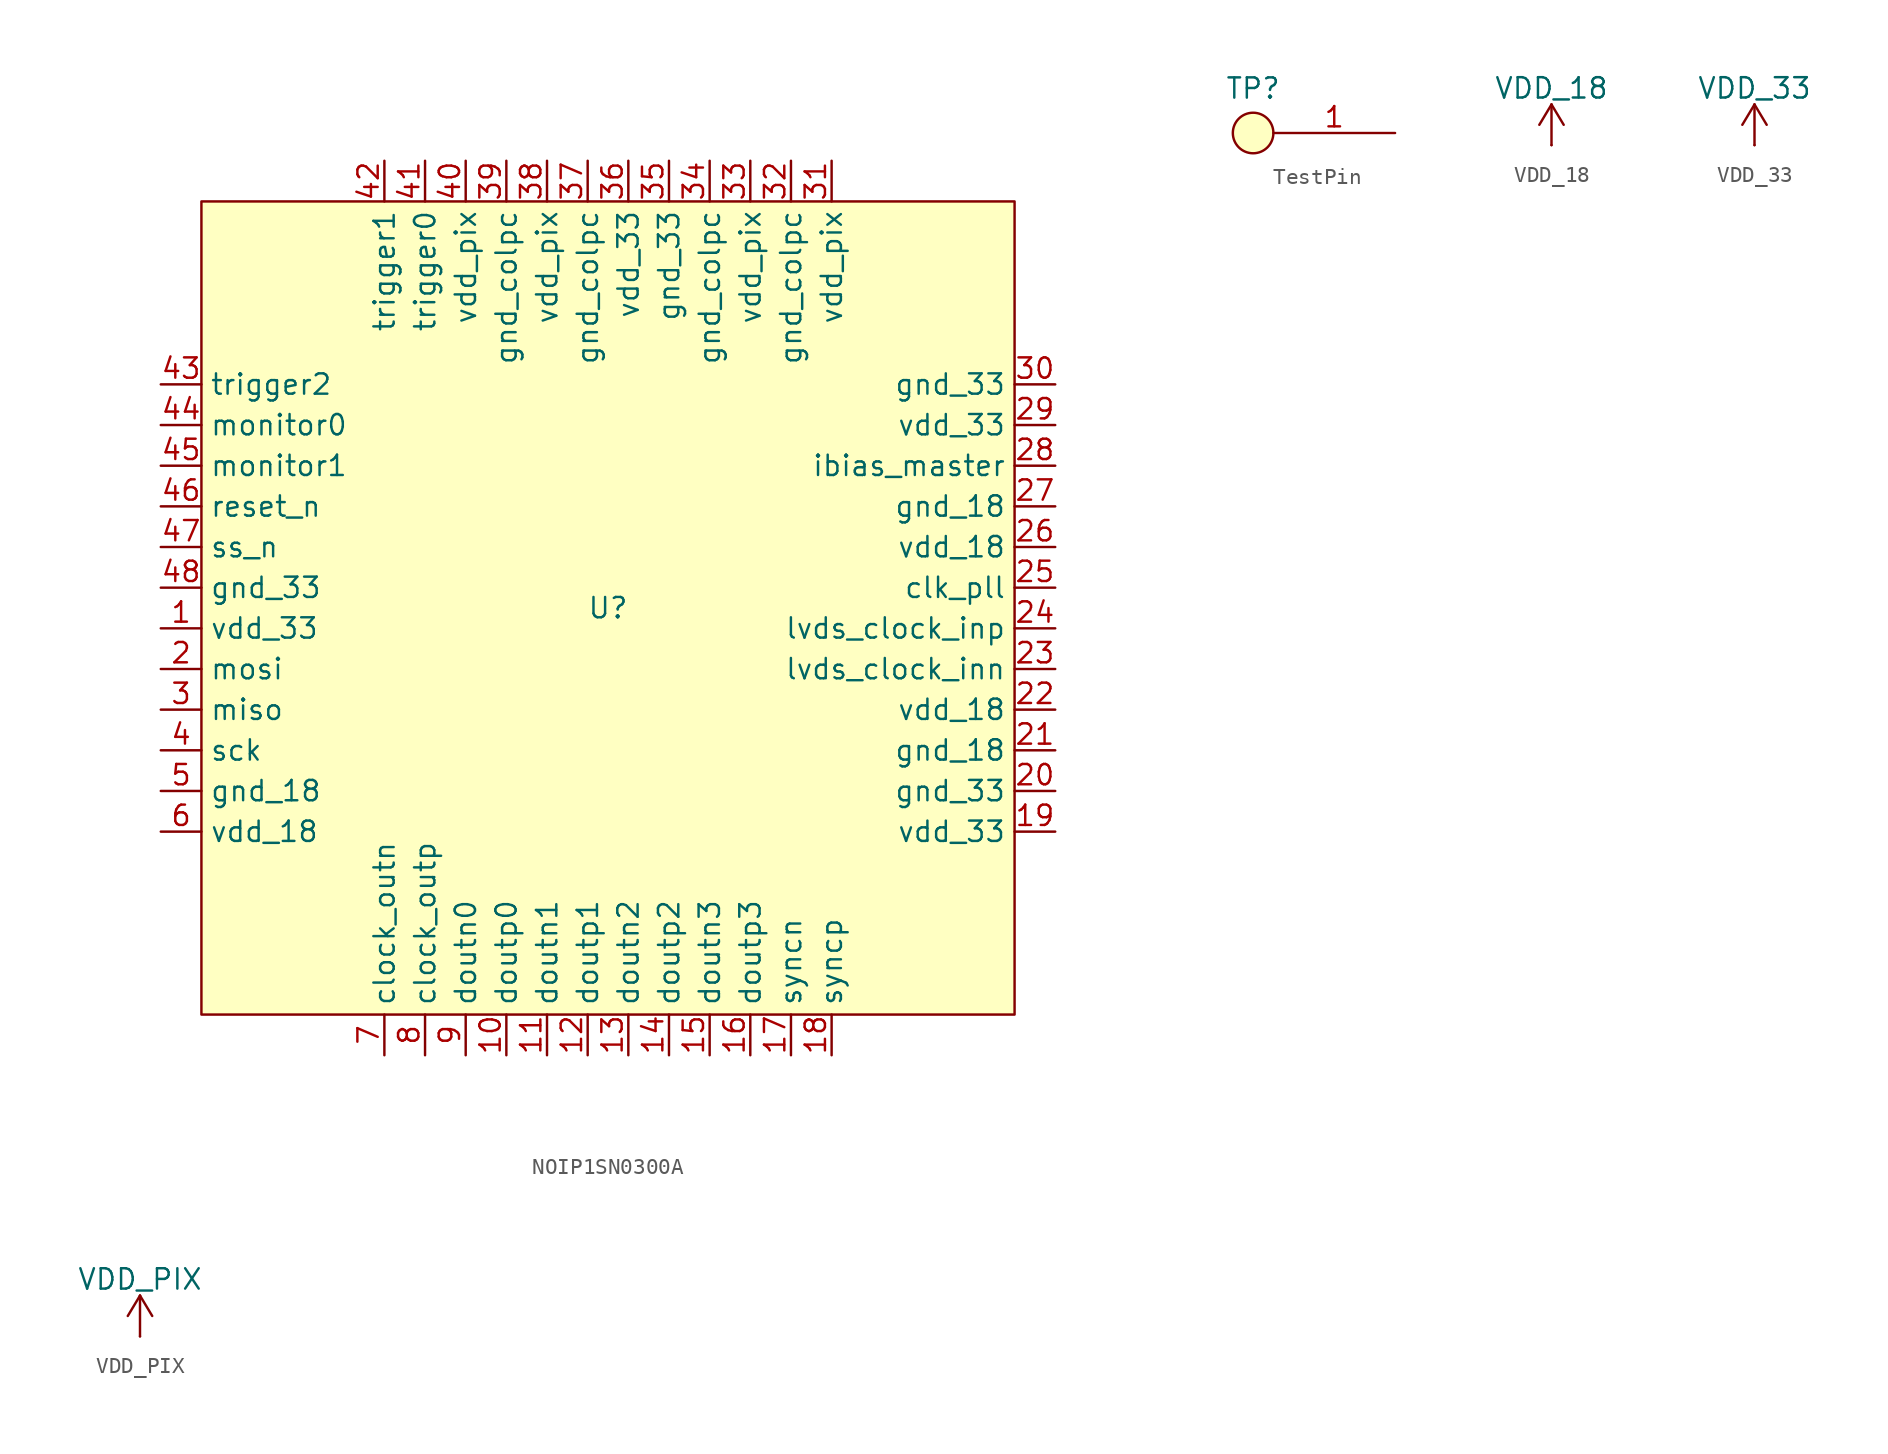
<source format=kicad_sym>
(kicad_symbol_lib
  (version 20231120)
  (generator "kicad_symbol_editor")
  (generator_version "8.0")
  (symbol "NOIP1SN0300A"
    (property "Reference" "U"
      (at 0 0 0)
      (effects (font (size 1.27 1.27))))
    (property "Value" ""
      (at 0 0 0)
      (effects (font (size 1.27 1.27))))
    (symbol "NOIP1SN0300A_1_1"
      (rectangle (start -25.4 25.4) (end 25.4 -25.4) (stroke (width 0) (type default)) (fill (type background)))
      (pin power_in line (at -27.94 -1.27 0) (length 2.54) (name "vdd_33" (effects (font (size 1.27 1.27)))) (number "1" (effects (font (size 1.27 1.27)))))
      (pin output line (at -6.35 -27.94 90) (length 2.54) (name "doutp0" (effects (font (size 1.27 1.27)))) (number "10" (effects (font (size 1.27 1.27)))))
      (pin output line (at -3.81 -27.94 90) (length 2.54) (name "doutn1" (effects (font (size 1.27 1.27)))) (number "11" (effects (font (size 1.27 1.27)))))
      (pin output line (at -1.27 -27.94 90) (length 2.54) (name "doutp1" (effects (font (size 1.27 1.27)))) (number "12" (effects (font (size 1.27 1.27)))))
      (pin output line (at 1.27 -27.94 90) (length 2.54) (name "doutn2" (effects (font (size 1.27 1.27)))) (number "13" (effects (font (size 1.27 1.27)))))
      (pin output line (at 3.81 -27.94 90) (length 2.54) (name "doutp2" (effects (font (size 1.27 1.27)))) (number "14" (effects (font (size 1.27 1.27)))))
      (pin output line (at 6.35 -27.94 90) (length 2.54) (name "doutn3" (effects (font (size 1.27 1.27)))) (number "15" (effects (font (size 1.27 1.27)))))
      (pin output line (at 8.89 -27.94 90) (length 2.54) (name "doutp3" (effects (font (size 1.27 1.27)))) (number "16" (effects (font (size 1.27 1.27)))))
      (pin output line (at 11.43 -27.94 90) (length 2.54) (name "syncn" (effects (font (size 1.27 1.27)))) (number "17" (effects (font (size 1.27 1.27)))))
      (pin output line (at 13.97 -27.94 90) (length 2.54) (name "syncp" (effects (font (size 1.27 1.27)))) (number "18" (effects (font (size 1.27 1.27)))))
      (pin power_in line (at 27.94 -13.97 180) (length 2.54) (name "vdd_33" (effects (font (size 1.27 1.27)))) (number "19" (effects (font (size 1.27 1.27)))))
      (pin input line (at -27.94 -3.81 0) (length 2.54) (name "mosi" (effects (font (size 1.27 1.27)))) (number "2" (effects (font (size 1.27 1.27)))))
      (pin power_in line (at 27.94 -11.43 180) (length 2.54) (name "gnd_33" (effects (font (size 1.27 1.27)))) (number "20" (effects (font (size 1.27 1.27)))))
      (pin power_in line (at 27.94 -8.89 180) (length 2.54) (name "gnd_18" (effects (font (size 1.27 1.27)))) (number "21" (effects (font (size 1.27 1.27)))))
      (pin power_in line (at 27.94 -6.35 180) (length 2.54) (name "vdd_18" (effects (font (size 1.27 1.27)))) (number "22" (effects (font (size 1.27 1.27)))))
      (pin input line (at 27.94 -3.81 180) (length 2.54) (name "lvds_clock_inn" (effects (font (size 1.27 1.27)))) (number "23" (effects (font (size 1.27 1.27)))))
      (pin input line (at 27.94 -1.27 180) (length 2.54) (name "lvds_clock_inp" (effects (font (size 1.27 1.27)))) (number "24" (effects (font (size 1.27 1.27)))))
      (pin input line (at 27.94 1.27 180) (length 2.54) (name "clk_pll" (effects (font (size 1.27 1.27)))) (number "25" (effects (font (size 1.27 1.27)))))
      (pin power_in line (at 27.94 3.81 180) (length 2.54) (name "vdd_18" (effects (font (size 1.27 1.27)))) (number "26" (effects (font (size 1.27 1.27)))))
      (pin power_in line (at 27.94 6.35 180) (length 2.54) (name "gnd_18" (effects (font (size 1.27 1.27)))) (number "27" (effects (font (size 1.27 1.27)))))
      (pin passive line (at 27.94 8.89 180) (length 2.54) (name "ibias_master" (effects (font (size 1.27 1.27)))) (number "28" (effects (font (size 1.27 1.27)))))
      (pin power_in line (at 27.94 11.43 180) (length 2.54) (name "vdd_33" (effects (font (size 1.27 1.27)))) (number "29" (effects (font (size 1.27 1.27)))))
      (pin output line (at -27.94 -6.35 0) (length 2.54) (name "miso" (effects (font (size 1.27 1.27)))) (number "3" (effects (font (size 1.27 1.27)))))
      (pin power_in line (at 27.94 13.97 180) (length 2.54) (name "gnd_33" (effects (font (size 1.27 1.27)))) (number "30" (effects (font (size 1.27 1.27)))))
      (pin power_in line (at 13.97 27.94 270) (length 2.54) (name "vdd_pix" (effects (font (size 1.27 1.27)))) (number "31" (effects (font (size 1.27 1.27)))))
      (pin power_in line (at 11.43 27.94 270) (length 2.54) (name "gnd_colpc" (effects (font (size 1.27 1.27)))) (number "32" (effects (font (size 1.27 1.27)))))
      (pin power_in line (at 8.89 27.94 270) (length 2.54) (name "vdd_pix" (effects (font (size 1.27 1.27)))) (number "33" (effects (font (size 1.27 1.27)))))
      (pin power_in line (at 6.35 27.94 270) (length 2.54) (name "gnd_colpc" (effects (font (size 1.27 1.27)))) (number "34" (effects (font (size 1.27 1.27)))))
      (pin power_in line (at 3.81 27.94 270) (length 2.54) (name "gnd_33" (effects (font (size 1.27 1.27)))) (number "35" (effects (font (size 1.27 1.27)))))
      (pin power_in line (at 1.27 27.94 270) (length 2.54) (name "vdd_33" (effects (font (size 1.27 1.27)))) (number "36" (effects (font (size 1.27 1.27)))))
      (pin power_in line (at -1.27 27.94 270) (length 2.54) (name "gnd_colpc" (effects (font (size 1.27 1.27)))) (number "37" (effects (font (size 1.27 1.27)))))
      (pin power_in line (at -3.81 27.94 270) (length 2.54) (name "vdd_pix" (effects (font (size 1.27 1.27)))) (number "38" (effects (font (size 1.27 1.27)))))
      (pin power_in line (at -6.35 27.94 270) (length 2.54) (name "gnd_colpc" (effects (font (size 1.27 1.27)))) (number "39" (effects (font (size 1.27 1.27)))))
      (pin input line (at -27.94 -8.89 0) (length 2.54) (name "sck" (effects (font (size 1.27 1.27)))) (number "4" (effects (font (size 1.27 1.27)))))
      (pin power_in line (at -8.89 27.94 270) (length 2.54) (name "vdd_pix" (effects (font (size 1.27 1.27)))) (number "40" (effects (font (size 1.27 1.27)))))
      (pin input line (at -11.43 27.94 270) (length 2.54) (name "trigger0" (effects (font (size 1.27 1.27)))) (number "41" (effects (font (size 1.27 1.27)))))
      (pin input line (at -13.97 27.94 270) (length 2.54) (name "trigger1" (effects (font (size 1.27 1.27)))) (number "42" (effects (font (size 1.27 1.27)))))
      (pin input line (at -27.94 13.97 0) (length 2.54) (name "trigger2" (effects (font (size 1.27 1.27)))) (number "43" (effects (font (size 1.27 1.27)))))
      (pin output line (at -27.94 11.43 0) (length 2.54) (name "monitor0" (effects (font (size 1.27 1.27)))) (number "44" (effects (font (size 1.27 1.27)))))
      (pin output line (at -27.94 8.89 0) (length 2.54) (name "monitor1" (effects (font (size 1.27 1.27)))) (number "45" (effects (font (size 1.27 1.27)))))
      (pin input line (at -27.94 6.35 0) (length 2.54) (name "reset_n" (effects (font (size 1.27 1.27)))) (number "46" (effects (font (size 1.27 1.27)))))
      (pin input line (at -27.94 3.81 0) (length 2.54) (name "ss_n" (effects (font (size 1.27 1.27)))) (number "47" (effects (font (size 1.27 1.27)))))
      (pin power_in line (at -27.94 1.27 0) (length 2.54) (name "gnd_33" (effects (font (size 1.27 1.27)))) (number "48" (effects (font (size 1.27 1.27)))))
      (pin power_in line (at -27.94 -11.43 0) (length 2.54) (name "gnd_18" (effects (font (size 1.27 1.27)))) (number "5" (effects (font (size 1.27 1.27)))))
      (pin power_in line (at -27.94 -13.97 0) (length 2.54) (name "vdd_18" (effects (font (size 1.27 1.27)))) (number "6" (effects (font (size 1.27 1.27)))))
      (pin output line (at -13.97 -27.94 90) (length 2.54) (name "clock_outn" (effects (font (size 1.27 1.27)))) (number "7" (effects (font (size 1.27 1.27)))))
      (pin output line (at -11.43 -27.94 90) (length 2.54) (name "clock_outp" (effects (font (size 1.27 1.27)))) (number "8" (effects (font (size 1.27 1.27)))))
      (pin output line (at -8.89 -27.94 90) (length 2.54) (name "doutn0" (effects (font (size 1.27 1.27)))) (number "9" (effects (font (size 1.27 1.27)))))))
  (symbol "TestPin"
    (property "Reference" "TP"
      (at 0 2.794 0)
      (effects (font (size 1.27 1.27))))
    (property "Value" ""
      (at 0 0 0)
      (effects (font (size 1.27 1.27))))
    (symbol "TestPin_1_1"
      (circle (center 0 0) (radius 1.27) (stroke (width 0) (type default)) (fill (type background)))
      (pin passive line (at 8.89 0 180) (length 7.62) (name "" (effects (font (size 1.27 1.27)))) (number "1" (effects (font (size 1.27 1.27)))))))
  (symbol "VDD_18"
    (power)
    (pin_numbers hide)
    (pin_names
      (offset 0) hide)
    (property "Reference" "#PWR"
      (at 0 -3.81 0)
      (effects (font (size 1.27 1.27)) (hide yes)))
    (property "Value" "VDD_18"
      (at 0 3.556 0)
      (effects (font (size 1.27 1.27))))
    (symbol "VDD_18_0_1"
      (polyline (pts (xy -0.762 1.27) (xy 0 2.54)) (stroke (width 0) (type default)) (fill (type none)))
      (polyline (pts (xy 0 0) (xy 0 2.54)) (stroke (width 0) (type default)) (fill (type none)))
      (polyline (pts (xy 0 2.54) (xy 0.762 1.27)) (stroke (width 0) (type default)) (fill (type none))))
    (symbol "VDD_18_1_1"
      (pin power_in line (at 0 0 90) (length 0) (name "~" (effects (font (size 1.27 1.27)))) (number "1" (effects (font (size 1.27 1.27)))))))
  (symbol "VDD_33"
    (power)
    (pin_numbers hide)
    (pin_names
      (offset 0) hide)
    (property "Reference" "#PWR"
      (at 0 -3.81 0)
      (effects (font (size 1.27 1.27)) (hide yes)))
    (property "Value" "VDD_33"
      (at 0 3.556 0)
      (effects (font (size 1.27 1.27))))
    (symbol "VDD_33_0_1"
      (polyline (pts (xy -0.762 1.27) (xy 0 2.54)) (stroke (width 0) (type default)) (fill (type none)))
      (polyline (pts (xy 0 0) (xy 0 2.54)) (stroke (width 0) (type default)) (fill (type none)))
      (polyline (pts (xy 0 2.54) (xy 0.762 1.27)) (stroke (width 0) (type default)) (fill (type none))))
    (symbol "VDD_33_1_1"
      (pin power_in line (at 0 0 90) (length 0) (name "~" (effects (font (size 1.27 1.27)))) (number "1" (effects (font (size 1.27 1.27)))))))
  (symbol "VDD_PIX"
    (power)
    (pin_numbers hide)
    (pin_names
      (offset 0) hide)
    (property "Reference" "#PWR"
      (at 0 -3.81 0)
      (effects (font (size 1.27 1.27)) (hide yes)))
    (property "Value" "VDD_PIX"
      (at 0 3.556 0)
      (effects (font (size 1.27 1.27))))
    (symbol "VDD_PIX_0_1"
      (polyline (pts (xy -0.762 1.27) (xy 0 2.54)) (stroke (width 0) (type default)) (fill (type none)))
      (polyline (pts (xy 0 0) (xy 0 2.54)) (stroke (width 0) (type default)) (fill (type none)))
      (polyline (pts (xy 0 2.54) (xy 0.762 1.27)) (stroke (width 0) (type default)) (fill (type none))))
    (symbol "VDD_PIX_1_1"
      (pin power_in line (at 0 0 90) (length 0) (name "~" (effects (font (size 1.27 1.27)))) (number "1" (effects (font (size 1.27 1.27))))))))
</source>
